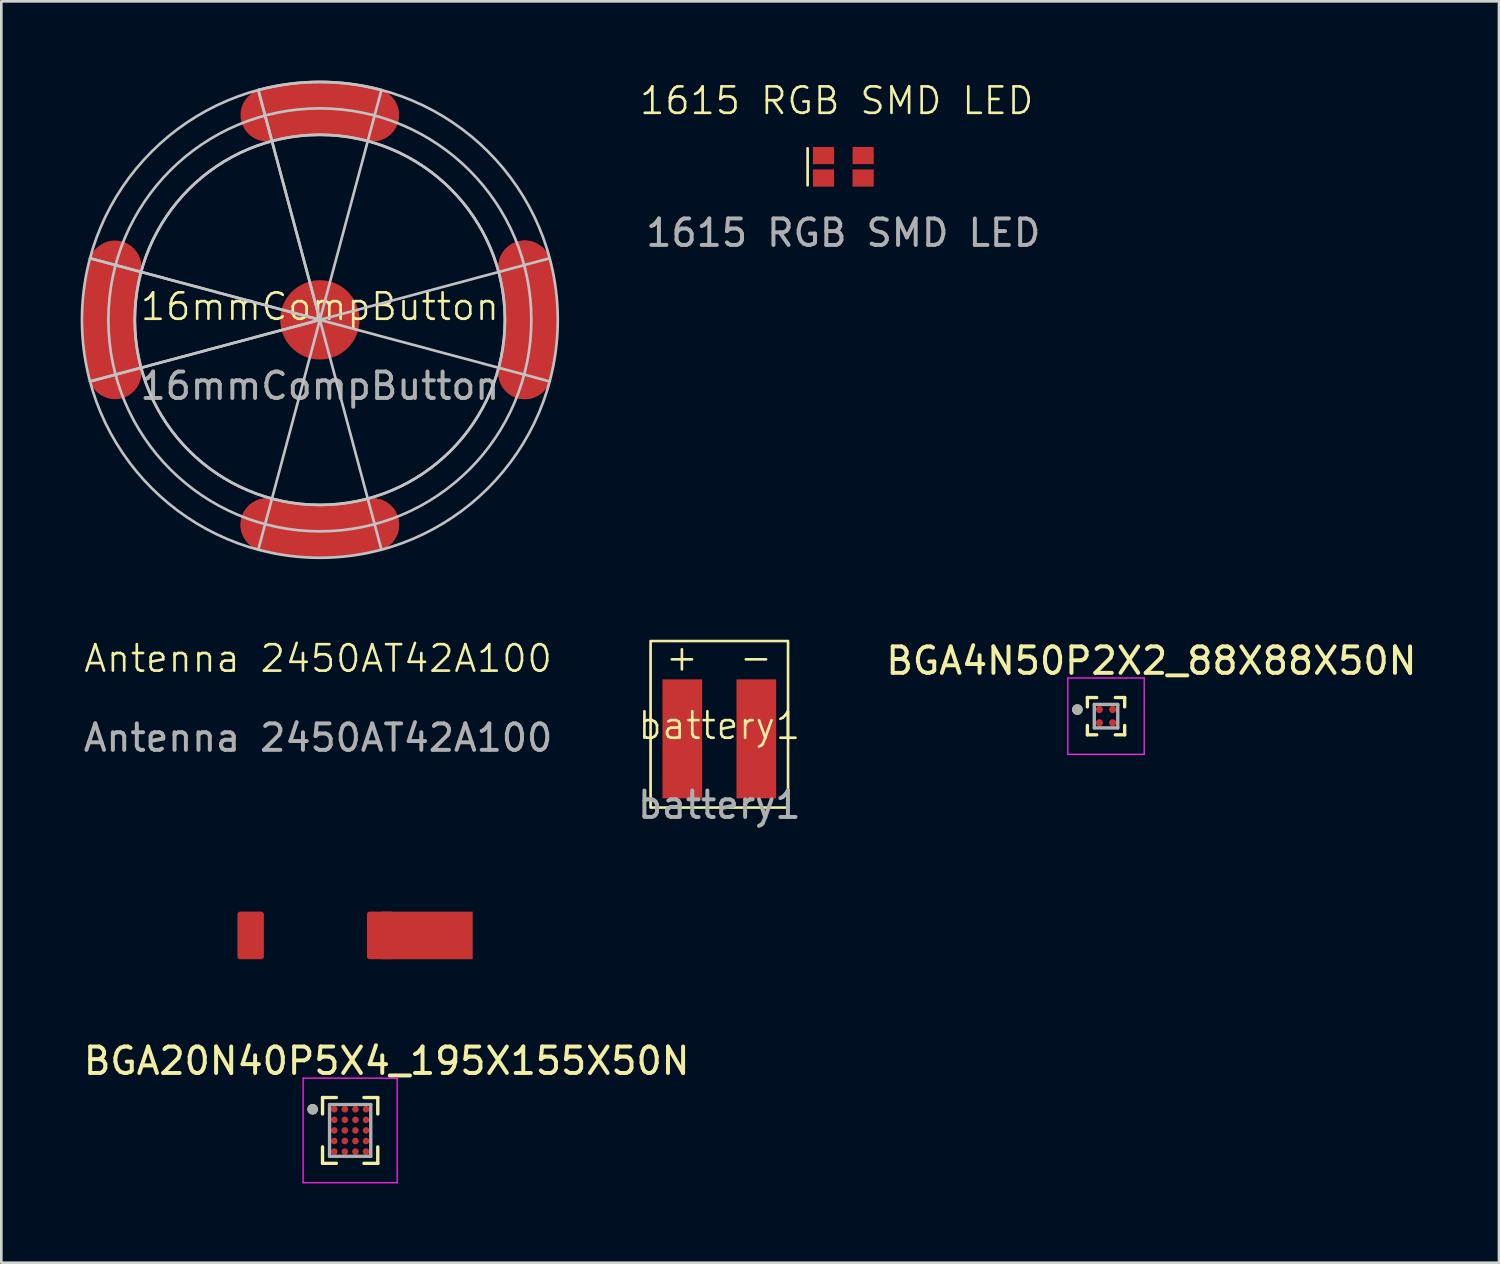
<source format=kicad_pcb>
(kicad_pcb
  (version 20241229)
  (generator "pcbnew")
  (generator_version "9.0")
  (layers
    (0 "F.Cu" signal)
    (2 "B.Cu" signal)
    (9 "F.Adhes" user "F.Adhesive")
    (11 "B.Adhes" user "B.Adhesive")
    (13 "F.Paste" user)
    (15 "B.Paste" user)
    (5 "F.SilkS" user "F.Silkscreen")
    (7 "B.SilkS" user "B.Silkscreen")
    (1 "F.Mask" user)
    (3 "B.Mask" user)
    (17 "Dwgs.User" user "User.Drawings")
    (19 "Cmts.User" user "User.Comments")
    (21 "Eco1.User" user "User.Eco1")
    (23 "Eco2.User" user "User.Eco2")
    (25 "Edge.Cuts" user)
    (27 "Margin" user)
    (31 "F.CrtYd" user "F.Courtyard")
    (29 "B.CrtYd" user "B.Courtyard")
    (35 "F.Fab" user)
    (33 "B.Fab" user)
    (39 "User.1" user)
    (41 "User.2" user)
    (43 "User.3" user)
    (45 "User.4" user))
  (footprint "battery1"
    (layer "F.Cu")
    (at 24.161 24.9)
    (property "Reference" "battery1" (at 0 -0.5 0) (unlocked yes) (layer "F.SilkS") (effects (font (size 1 1) (thickness 0.1))))
    (attr smd)
    (fp_rect (start -2.6 -3.7) (end 2.6 2.6) (stroke (width 0.1) (type default)) (fill no) (layer "F.SilkS"))
    (fp_text user "-" (at 0.7 -2.5 0) (unlocked yes) (layer "F.SilkS") (effects (font (size 1 1) (thickness 0.1)) (justify left bottom)))
    (fp_text user "+" (at -2.1 -2.5 0) (unlocked yes) (layer "F.SilkS") (effects (font (size 1 1) (thickness 0.1)) (justify left bottom)))
    (fp_text user "${REFERENCE}" (at 0 2.5 0) (unlocked yes) (layer "F.Fab") (effects (font (size 1 1) (thickness 0.15))))
    (pad "1" smd rect (at -1.4 0) (size 1.5 4.5) (layers "F.Cu" "F.Mask" "F.Paste"))
    (pad "2" smd rect (at 1.4 0) (size 1.5 4.5) (layers "F.Cu" "F.Mask" "F.Paste")))
  (footprint "Antenna 2450AT42A100"
    (layer "F.Cu")
    (at 8.882 32.336)
    (property "Reference" "Antenna 2450AT42A100" (at 0.1 -10.475 0) (unlocked yes) (layer "F.SilkS") (effects (font (size 1 1) (thickness 0.1))))
    (attr smd)
    (fp_rect (start 2.5 -0.9) (end 5.95 0.9) (stroke (width 0) (type solid)) (fill yes) (layer "F.Cu"))
    (fp_text user "${REFERENCE}" (at 0.1 -7.475 0) (unlocked yes) (layer "F.Fab") (effects (font (size 1 1) (thickness 0.15))))
    (pad "1" smd roundrect (at -2.45 0) (size 1 1.8) (layers "F.Cu" "F.Mask" "F.Paste") (roundrect_rratio 0.1))
    (pad "2" smd roundrect (at 2.45 0) (size 1 1.8) (layers "F.Cu" "F.Mask" "F.Paste") (roundrect_rratio 0.1)))
  (footprint "1615 RGB SMD LED"
    (layer "F.Cu")
    (at 28.852 3.26)
    (property "Reference" "1615 RGB SMD LED" (at -0.25 -2.5 0) (unlocked yes) (layer "F.SilkS") (effects (font (size 1 1) (thickness 0.1))))
    (attr smd)
    (fp_line (start -1.35 -0.7) (end -1.35 0.7) (stroke (width 0.1) (type default)) (layer "F.SilkS"))
    (fp_text user "${REFERENCE}" (at 0 2.5 0) (unlocked yes) (layer "F.Fab") (effects (font (size 1 1) (thickness 0.15))))
    (pad "1" smd rect (at -0.75 -0.425) (size 0.8 0.65) (layers "F.Cu" "F.Mask" "F.Paste"))
    (pad "2" smd rect (at 0.75 -0.425) (size 0.8 0.65) (layers "F.Cu" "F.Mask" "F.Paste"))
    (pad "3" smd rect (at -0.75 0.425) (size 0.8 0.65) (layers "F.Cu" "F.Mask" "F.Paste"))
    (pad "4" smd rect (at 0.75 0.425) (size 0.8 0.65) (layers "F.Cu" "F.Mask" "F.Paste")))
  (footprint "BGA4N50P2X2_88X88X50N"
    (layer "F.Cu")
    (at 38.79 24.042)
    (property "Reference" "BGA4N50P2X2_88X88X50N" (at 1.716 -2.094 0) (layer "F.SilkS") (effects (font (size 1 1) (thickness 0.15))))
    (attr smd)
    (fp_line (start -0.705 -0.705) (end -0.705 -0.352) (stroke (width 0.127) (type solid)) (layer "F.SilkS"))
    (fp_line (start -0.705 -0.705) (end -0.352 -0.705) (stroke (width 0.127) (type solid)) (layer "F.SilkS"))
    (fp_line (start -0.705 0.705) (end -0.705 0.352) (stroke (width 0.127) (type solid)) (layer "F.SilkS"))
    (fp_line (start -0.705 0.705) (end -0.352 0.705) (stroke (width 0.127) (type solid)) (layer "F.SilkS"))
    (fp_line (start 0.705 -0.705) (end 0.352 -0.705) (stroke (width 0.127) (type solid)) (layer "F.SilkS"))
    (fp_line (start 0.705 -0.705) (end 0.705 -0.352) (stroke (width 0.127) (type solid)) (layer "F.SilkS"))
    (fp_line (start 0.705 0.705) (end 0.352 0.705) (stroke (width 0.127) (type solid)) (layer "F.SilkS"))
    (fp_line (start 0.705 0.705) (end 0.705 0.352) (stroke (width 0.127) (type solid)) (layer "F.SilkS"))
    (fp_circle (center -1.084 -0.25) (end -0.984 -0.25) (stroke (width 0.2) (type solid)) (fill no) (layer "F.SilkS"))
    (fp_line (start -1.444 -1.444) (end 1.444 -1.444) (stroke (width 0.05) (type solid)) (layer "F.CrtYd"))
    (fp_line (start -1.444 1.444) (end -1.444 -1.444) (stroke (width 0.05) (type solid)) (layer "F.CrtYd"))
    (fp_line (start -1.444 1.444) (end 1.444 1.444) (stroke (width 0.05) (type solid)) (layer "F.CrtYd"))
    (fp_line (start 1.444 1.444) (end 1.444 -1.444) (stroke (width 0.05) (type solid)) (layer "F.CrtYd"))
    (fp_line (start -0.444 0.444) (end -0.444 -0.444) (stroke (width 0.127) (type solid)) (layer "F.Fab"))
    (fp_line (start 0.444 -0.444) (end -0.444 -0.444) (stroke (width 0.127) (type solid)) (layer "F.Fab"))
    (fp_line (start 0.444 0.444) (end -0.444 0.444) (stroke (width 0.127) (type solid)) (layer "F.Fab"))
    (fp_line (start 0.444 0.444) (end 0.444 -0.444) (stroke (width 0.127) (type solid)) (layer "F.Fab"))
    (fp_circle (center -1.084 -0.25) (end -0.984 -0.25) (stroke (width 0.2) (type solid)) (fill no) (layer "F.Fab"))
    (pad "A1" smd circle (at -0.25 -0.25) (size 0.27 0.27) (layers "F.Cu" "F.Mask" "F.Paste"))
    (pad "A2" smd circle (at 0.25 -0.25) (size 0.27 0.27) (layers "F.Cu" "F.Mask" "F.Paste"))
    (pad "B1" smd circle (at -0.25 0.25) (size 0.27 0.27) (layers "F.Cu" "F.Mask" "F.Paste"))
    (pad "B2" smd circle (at 0.25 0.25) (size 0.27 0.27) (layers "F.Cu" "F.Mask" "F.Paste")))
  (footprint "BGA20N40P5X4_195X155X50N"
    (layer "F.Cu")
    (at 10.196 39.713)
    (property "Reference" "BGA20N40P5X4_195X155X50N" (at 1.381 -2.629 0) (layer "F.SilkS") (effects (font (size 1 1) (thickness 0.15))))
    (attr smd)
    (fp_circle (center -0.6 -0.8) (end -0.512 -0.8) (stroke (width 0.175) (type solid)) (fill no) (layer "F.Mask"))
    (fp_circle (center -0.6 -0.4) (end -0.512 -0.4) (stroke (width 0.175) (type solid)) (fill no) (layer "F.Mask"))
    (fp_circle (center -0.6 0) (end -0.512 0) (stroke (width 0.175) (type solid)) (fill no) (layer "F.Mask"))
    (fp_circle (center -0.6 0.4) (end -0.512 0.4) (stroke (width 0.175) (type solid)) (fill no) (layer "F.Mask"))
    (fp_circle (center -0.6 0.8) (end -0.512 0.8) (stroke (width 0.175) (type solid)) (fill no) (layer "F.Mask"))
    (fp_circle (center -0.2 -0.8) (end -0.113 -0.8) (stroke (width 0.175) (type solid)) (fill no) (layer "F.Mask"))
    (fp_circle (center -0.2 -0.4) (end -0.113 -0.4) (stroke (width 0.175) (type solid)) (fill no) (layer "F.Mask"))
    (fp_circle (center -0.2 0) (end -0.113 0) (stroke (width 0.175) (type solid)) (fill no) (layer "F.Mask"))
    (fp_circle (center -0.2 0.4) (end -0.113 0.4) (stroke (width 0.175) (type solid)) (fill no) (layer "F.Mask"))
    (fp_circle (center -0.2 0.8) (end -0.113 0.8) (stroke (width 0.175) (type solid)) (fill no) (layer "F.Mask"))
    (fp_circle (center 0.2 -0.8) (end 0.287 -0.8) (stroke (width 0.175) (type solid)) (fill no) (layer "F.Mask"))
    (fp_circle (center 0.2 -0.4) (end 0.287 -0.4) (stroke (width 0.175) (type solid)) (fill no) (layer "F.Mask"))
    (fp_circle (center 0.2 0) (end 0.287 0) (stroke (width 0.175) (type solid)) (fill no) (layer "F.Mask"))
    (fp_circle (center 0.2 0.4) (end 0.287 0.4) (stroke (width 0.175) (type solid)) (fill no) (layer "F.Mask"))
    (fp_circle (center 0.2 0.8) (end 0.287 0.8) (stroke (width 0.175) (type solid)) (fill no) (layer "F.Mask"))
    (fp_circle (center 0.6 -0.8) (end 0.688 -0.8) (stroke (width 0.175) (type solid)) (fill no) (layer "F.Mask"))
    (fp_circle (center 0.6 -0.4) (end 0.688 -0.4) (stroke (width 0.175) (type solid)) (fill no) (layer "F.Mask"))
    (fp_circle (center 0.6 0) (end 0.688 0) (stroke (width 0.175) (type solid)) (fill no) (layer "F.Mask"))
    (fp_circle (center 0.6 0.4) (end 0.688 0.4) (stroke (width 0.175) (type solid)) (fill no) (layer "F.Mask"))
    (fp_circle (center 0.6 0.8) (end 0.688 0.8) (stroke (width 0.175) (type solid)) (fill no) (layer "F.Mask"))
    (fp_line (start -1.045 -1.245) (end -1.045 -0.623) (stroke (width 0.127) (type solid)) (layer "F.SilkS"))
    (fp_line (start -1.045 -1.245) (end -0.522 -1.245) (stroke (width 0.127) (type solid)) (layer "F.SilkS"))
    (fp_line (start -1.045 1.245) (end -1.045 0.623) (stroke (width 0.127) (type solid)) (layer "F.SilkS"))
    (fp_line (start -1.045 1.245) (end -0.522 1.245) (stroke (width 0.127) (type solid)) (layer "F.SilkS"))
    (fp_line (start 1.045 -1.245) (end 0.522 -1.245) (stroke (width 0.127) (type solid)) (layer "F.SilkS"))
    (fp_line (start 1.045 -1.245) (end 1.045 -0.623) (stroke (width 0.127) (type solid)) (layer "F.SilkS"))
    (fp_line (start 1.045 1.245) (end 0.522 1.245) (stroke (width 0.127) (type solid)) (layer "F.SilkS"))
    (fp_line (start 1.045 1.245) (end 1.045 0.623) (stroke (width 0.127) (type solid)) (layer "F.SilkS"))
    (fp_circle (center -1.419 -0.8) (end -1.319 -0.8) (stroke (width 0.2) (type solid)) (fill no) (layer "F.SilkS"))
    (fp_line (start -1.779 -1.979) (end 1.779 -1.979) (stroke (width 0.05) (type solid)) (layer "F.CrtYd"))
    (fp_line (start -1.779 1.979) (end -1.779 -1.979) (stroke (width 0.05) (type solid)) (layer "F.CrtYd"))
    (fp_line (start -1.779 1.979) (end 1.779 1.979) (stroke (width 0.05) (type solid)) (layer "F.CrtYd"))
    (fp_line (start 1.779 1.979) (end 1.779 -1.979) (stroke (width 0.05) (type solid)) (layer "F.CrtYd"))
    (fp_line (start -0.779 0.979) (end -0.779 -0.979) (stroke (width 0.127) (type solid)) (layer "F.Fab"))
    (fp_line (start 0.779 -0.979) (end -0.779 -0.979) (stroke (width 0.127) (type solid)) (layer "F.Fab"))
    (fp_line (start 0.779 0.979) (end -0.779 0.979) (stroke (width 0.127) (type solid)) (layer "F.Fab"))
    (fp_line (start 0.779 0.979) (end 0.779 -0.979) (stroke (width 0.127) (type solid)) (layer "F.Fab"))
    (fp_circle (center -1.419 -0.8) (end -1.319 -0.8) (stroke (width 0.2) (type solid)) (fill no) (layer "F.Fab"))
    (pad "A1" smd circle (at -0.6 -0.8) (size 0.25 0.25) (layers "F.Cu" "F.Paste"))
    (pad "A2" smd circle (at -0.2 -0.8) (size 0.25 0.25) (layers "F.Cu" "F.Paste"))
    (pad "A3" smd circle (at 0.2 -0.8) (size 0.25 0.25) (layers "F.Cu" "F.Paste"))
    (pad "A4" smd circle (at 0.6 -0.8) (size 0.25 0.25) (layers "F.Cu" "F.Paste"))
    (pad "B1" smd circle (at -0.6 -0.4) (size 0.25 0.25) (layers "F.Cu" "F.Paste"))
    (pad "B2" smd circle (at -0.2 -0.4) (size 0.25 0.25) (layers "F.Cu" "F.Paste"))
    (pad "B3" smd circle (at 0.2 -0.4) (size 0.25 0.25) (layers "F.Cu" "F.Paste"))
    (pad "B4" smd circle (at 0.6 -0.4) (size 0.25 0.25) (layers "F.Cu" "F.Paste"))
    (pad "C1" smd circle (at -0.6 0) (size 0.25 0.25) (layers "F.Cu" "F.Paste"))
    (pad "C2" smd circle (at -0.2 0) (size 0.25 0.25) (layers "F.Cu" "F.Paste"))
    (pad "C3" smd circle (at 0.2 0) (size 0.25 0.25) (layers "F.Cu" "F.Paste"))
    (pad "C4" smd circle (at 0.6 0) (size 0.25 0.25) (layers "F.Cu" "F.Paste"))
    (pad "D1" smd circle (at -0.6 0.4) (size 0.25 0.25) (layers "F.Cu" "F.Paste"))
    (pad "D2" smd circle (at -0.2 0.4) (size 0.25 0.25) (layers "F.Cu" "F.Paste"))
    (pad "D3" smd circle (at 0.2 0.4) (size 0.25 0.25) (layers "F.Cu" "F.Paste"))
    (pad "D4" smd circle (at 0.6 0.4) (size 0.25 0.25) (layers "F.Cu" "F.Paste"))
    (pad "E1" smd circle (at -0.6 0.8) (size 0.25 0.25) (layers "F.Cu" "F.Paste"))
    (pad "E2" smd circle (at -0.2 0.8) (size 0.25 0.25) (layers "F.Cu" "F.Paste"))
    (pad "E3" smd circle (at 0.2 0.8) (size 0.25 0.25) (layers "F.Cu" "F.Paste"))
    (pad "E4" smd circle (at 0.6 0.8) (size 0.25 0.25) (layers "F.Cu" "F.Paste")))
  (footprint "16mmCompButton"
    (layer "F.Cu")
    (at 9.05 9.05)
    (property "Reference" "16mmCompButton" (at 0 -0.5 0) (unlocked yes) (layer "F.SilkS") (effects (font (size 1 1) (thickness 0.1))))
    (attr smd)
    (fp_arc (start -7.75 2) (mid -8.003905 0) (end -7.75 -2) (stroke (width 2) (type default)) (layer "F.Cu"))
    (fp_arc (start -2 -7.75) (mid 0 -8.003905) (end 2 -7.75) (stroke (width 2) (type default)) (layer "F.Cu"))
    (fp_arc (start 2 7.75) (mid 0 8.003905) (end -2 7.75) (stroke (width 2) (type default)) (layer "F.Cu"))
    (fp_arc (start 2 7.75) (mid 0 8.003905) (end -2 7.75) (stroke (width 2) (type default)) (layer "F.Cu"))
    (fp_arc (start 7.75 -2) (mid 8.003905 0) (end 7.75 2) (stroke (width 2) (type default)) (layer "F.Cu"))
    (fp_arc (start 7.75 -2) (mid 8.003905 0) (end 7.75 2) (stroke (width 2) (type default)) (layer "F.Cu"))
    (fp_arc (start -7.75 1.996095) (mid -8.003905 -0.003905) (end -7.75 -2.003905) (stroke (width 2) (type default)) (layer "F.Mask"))
    (fp_arc (start -2 -7.753905) (mid 0 -8.00781) (end 2 -7.753905) (stroke (width 2) (type default)) (layer "F.Mask"))
    (fp_arc (start -2 -7.753905) (mid 0 -8.00781) (end 2 -7.753905) (stroke (width 2) (type default)) (layer "F.Mask"))
    (fp_arc (start 2 7.746095) (mid 0 8) (end -2 7.746095) (stroke (width 2) (type default)) (layer "F.Mask"))
    (fp_arc (start 7.75 -2.003905) (mid 8.003905 -0.003905) (end 7.75 1.996095) (stroke (width 2) (type default)) (layer "F.Mask"))
    (fp_arc (start 7.75 -2.003905) (mid 8.003905 -0.003905) (end 7.75 1.996095) (stroke (width 2) (type default)) (layer "F.Mask"))
    (fp_arc (start -7.75 2) (mid -8.003905 0) (end -7.75 -2) (stroke (width 2) (type default)) (layer "F.Paste"))
    (fp_arc (start -7.75 2) (mid -8.003905 0) (end -7.75 -2) (stroke (width 2) (type default)) (layer "F.Paste"))
    (fp_arc (start -2 -7.75) (mid 0 -8.003905) (end 2 -7.75) (stroke (width 2) (type default)) (layer "F.Paste"))
    (fp_arc (start -2 -7.75) (mid 0 -8.003905) (end 2 -7.75) (stroke (width 2) (type default)) (layer "F.Paste"))
    (fp_arc (start 2 7.75) (mid 0 8.003905) (end -2 7.75) (stroke (width 2) (type default)) (layer "F.Paste"))
    (fp_arc (start 7.75 -2) (mid 8.003905 0) (end 7.75 2) (stroke (width 2) (type default)) (layer "F.Paste"))
    (fp_line (start 0 0) (end -8.693 -2.329) (stroke (width 0.1) (type default)) (layer "Dwgs.User"))
    (fp_line (start 0 0) (end -8.693 -2.329) (stroke (width 0.1) (type default)) (layer "Dwgs.User"))
    (fp_line (start 0 0) (end -8.693 2.329) (stroke (width 0.1) (type default)) (layer "Dwgs.User"))
    (fp_line (start 0 0) (end -8.693 2.329) (stroke (width 0.1) (type default)) (layer "Dwgs.User"))
    (fp_line (start 0 0) (end -2.329 -8.693) (stroke (width 0.1) (type default)) (layer "Dwgs.User"))
    (fp_line (start 0 0) (end -2.329 -8.693) (stroke (width 0.1) (type default)) (layer "Dwgs.User"))
    (fp_line (start 0 0) (end -2.329 8.693) (stroke (width 0.1) (type default)) (layer "Dwgs.User"))
    (fp_line (start 0 0) (end 2.329 -8.693) (stroke (width 0.1) (type default)) (layer "Dwgs.User"))
    (fp_line (start 0 0) (end 2.329 8.693) (stroke (width 0.1) (type default)) (layer "Dwgs.User"))
    (fp_line (start 0 0) (end 8.693 -2.329) (stroke (width 0.1) (type default)) (layer "Dwgs.User"))
    (fp_line (start 0 0) (end 8.693 2.329) (stroke (width 0.1) (type default)) (layer "Dwgs.User"))
    (fp_arc (start -2.329371 -8.693332) (mid 0 -8.999999) (end 2.329371 -8.693332) (stroke (width 0.1) (type default)) (layer "Dwgs.User"))
    (fp_circle (center 0 0) (end 0 8) (stroke (width 0.1) (type default)) (fill no) (layer "Dwgs.User"))
    (fp_circle (center 0 0) (end 7 0) (stroke (width 0.1) (type default)) (fill no) (layer "Dwgs.User"))
    (fp_circle (center 0 0) (end 7 0) (stroke (width 0.1) (type default)) (fill no) (layer "Dwgs.User"))
    (fp_circle (center 0 0) (end 9 0) (stroke (width 0.1) (type default)) (fill no) (layer "Dwgs.User"))
    (fp_text user "${REFERENCE}" (at 0 2.5 0) (unlocked yes) (layer "F.Fab") (effects (font (size 1 1) (thickness 0.15))))
    (pad "1" smd circle (at 0 0) (size 3 3) (layers "F.Cu" "F.Mask" "F.Paste"))
    (pad "2" smd circle (at -8 0) (size 2 2) (layers "F.Cu" "F.Mask" "F.Paste"))
    (pad "2" smd circle (at 0 -8.004) (size 2 2) (layers "F.Cu" "F.Mask" "F.Paste"))
    (pad "2" smd circle (at 0 8.004) (size 2 2) (layers "F.Cu" "F.Mask" "F.Paste"))
    (pad "2" smd circle (at 8 0) (size 2 2) (layers "F.Cu" "F.Mask" "F.Paste")))
  (gr_rect
    (start -3 -3)
    (end 53.655 44.717)
    (stroke (width 0.1) (type default))
    (fill no)
    (layer "Edge.Cuts")))
</source>
